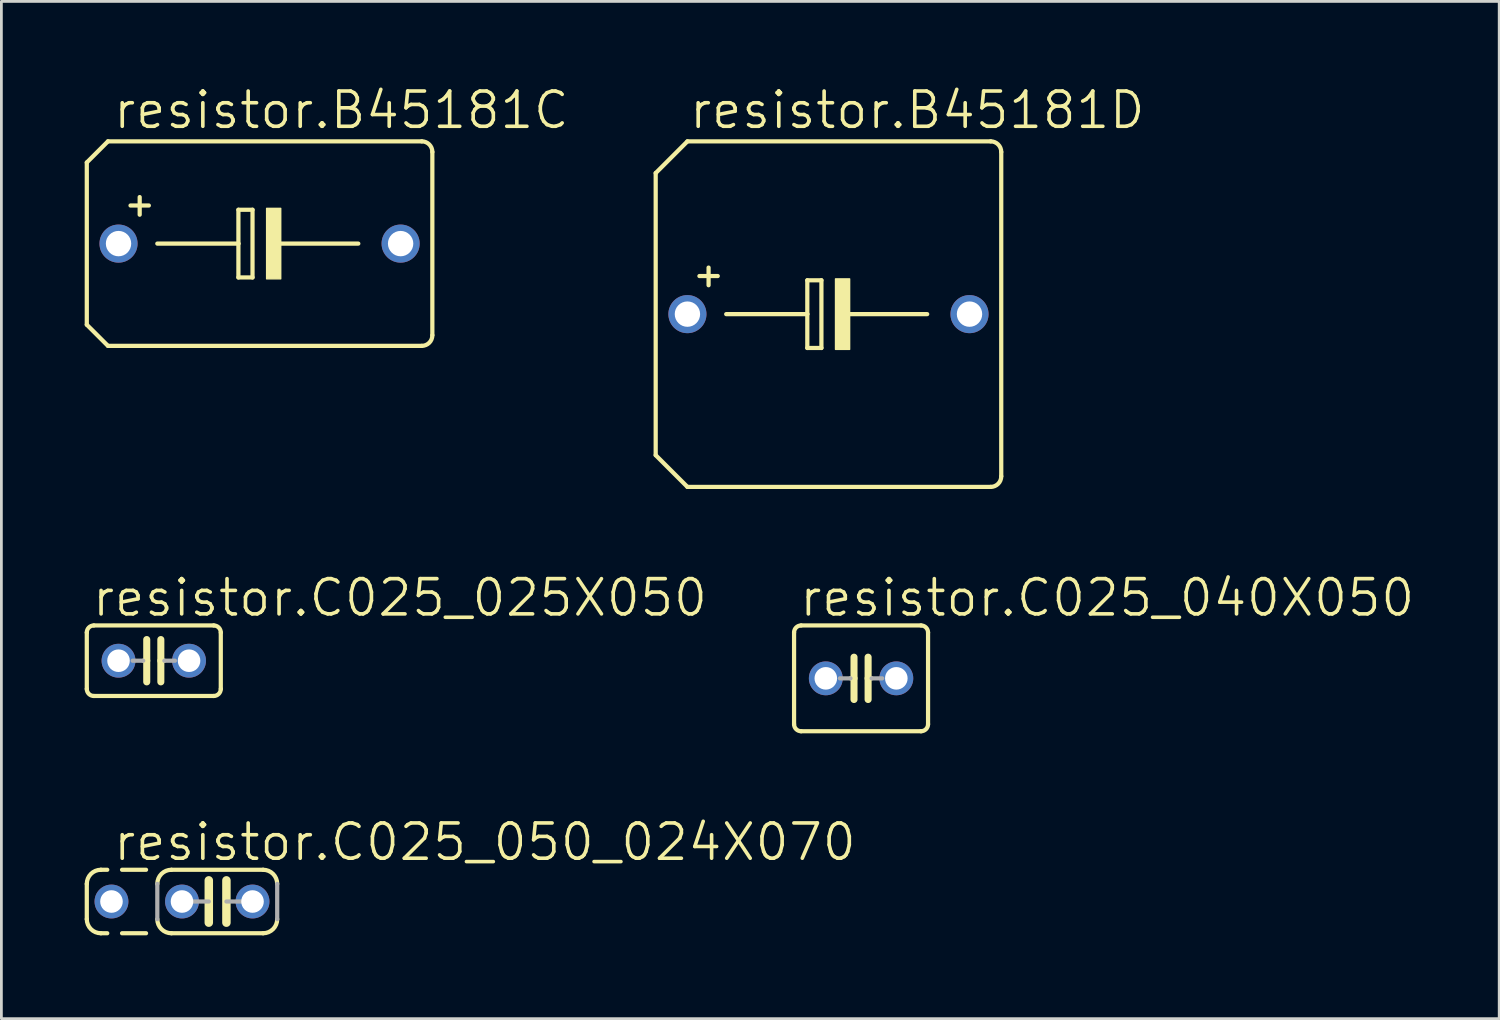
<source format=kicad_pcb>
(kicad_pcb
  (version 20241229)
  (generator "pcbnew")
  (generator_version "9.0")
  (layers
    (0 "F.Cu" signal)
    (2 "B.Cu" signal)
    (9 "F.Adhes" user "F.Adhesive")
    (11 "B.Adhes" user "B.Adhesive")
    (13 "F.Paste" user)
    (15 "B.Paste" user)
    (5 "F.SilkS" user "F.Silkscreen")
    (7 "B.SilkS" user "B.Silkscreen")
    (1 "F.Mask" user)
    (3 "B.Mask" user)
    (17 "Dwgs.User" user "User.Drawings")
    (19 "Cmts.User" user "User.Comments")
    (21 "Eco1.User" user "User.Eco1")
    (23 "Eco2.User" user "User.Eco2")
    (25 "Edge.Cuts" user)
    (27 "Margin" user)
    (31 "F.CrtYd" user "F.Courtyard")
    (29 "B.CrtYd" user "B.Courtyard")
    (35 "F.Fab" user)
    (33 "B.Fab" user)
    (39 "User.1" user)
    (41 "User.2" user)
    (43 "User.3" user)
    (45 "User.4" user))
  (footprint "resistor.B45181D"
    (layer "F.Cu")
    (at 26.789 8.264)
    (property "Reference" "resistor.B45181D" (at -5.08 -6.604 0) (layer "F.SilkS") (effects (font (size 1.27 1.27) (thickness 0.13)) (justify left bottom)))
    (attr through_hole)
    (fp_line (start -6.223 -5.08) (end -6.223 5.08) (stroke (width 0.152) (type default)) (layer "F.SilkS"))
    (fp_line (start -6.223 -5.08) (end -5.08 -6.223) (stroke (width 0.152) (type default)) (layer "F.SilkS"))
    (fp_line (start -5.08 6.223) (end -6.223 5.08) (stroke (width 0.152) (type default)) (layer "F.SilkS"))
    (fp_line (start -5.08 6.223) (end 5.842 6.223) (stroke (width 0.152) (type default)) (layer "F.SilkS"))
    (fp_line (start -4.318 -1.676) (end -4.318 -1.041) (stroke (width 0.152) (type default)) (layer "F.SilkS"))
    (fp_line (start -3.988 -1.372) (end -4.648 -1.372) (stroke (width 0.152) (type default)) (layer "F.SilkS"))
    (fp_line (start -3.683 0) (end -0.762 0) (stroke (width 0.152) (type default)) (layer "F.SilkS"))
    (fp_line (start -0.762 -1.219) (end -0.762 0) (stroke (width 0.152) (type default)) (layer "F.SilkS"))
    (fp_line (start -0.762 0) (end -0.762 1.219) (stroke (width 0.152) (type default)) (layer "F.SilkS"))
    (fp_line (start -0.762 1.219) (end -0.254 1.219) (stroke (width 0.152) (type default)) (layer "F.SilkS"))
    (fp_line (start -0.254 -1.219) (end -0.762 -1.219) (stroke (width 0.152) (type default)) (layer "F.SilkS"))
    (fp_line (start -0.254 1.219) (end -0.254 -1.219) (stroke (width 0.152) (type default)) (layer "F.SilkS"))
    (fp_line (start 0.635 0) (end 3.556 0) (stroke (width 0.152) (type default)) (layer "F.SilkS"))
    (fp_line (start 5.842 -6.223) (end -5.08 -6.223) (stroke (width 0.152) (type default)) (layer "F.SilkS"))
    (fp_line (start 6.223 -5.842) (end 6.223 5.842) (stroke (width 0.152) (type default)) (layer "F.SilkS"))
    (fp_rect (start 0.254 1.27) (end 0.762 -1.27) (stroke (width 0.05) (type default)) (fill yes) (layer "F.SilkS"))
    (fp_arc (start 5.842 -6.223) (mid 6.111408 -6.111408) (end 6.223 -5.842) (stroke (width 0.1524) (type default)) (layer "F.SilkS"))
    (fp_arc (start 6.223 5.842) (mid 6.111408 6.111408) (end 5.842 6.223) (stroke (width 0.1524) (type default)) (layer "F.SilkS"))
    (pad "+" thru_hole circle (at -5.08 0) (size 1.372 1.372) (drill 0.914) (layers "*.Cu" "*.Mask"))
    (pad "-" thru_hole circle (at 5.08 0) (size 1.372 1.372) (drill 0.914) (layers "*.Cu" "*.Mask")))
  (footprint "resistor.C025_025X050"
    (layer "F.Cu")
    (at 2.489 20.747)
    (property "Reference" "resistor.C025_025X050" (at -2.286 -1.524 0) (layer "F.SilkS") (effects (font (size 1.27 1.27) (thickness 0.13)) (justify left bottom)))
    (attr through_hole)
    (fp_line (start -2.413 -1.016) (end -2.413 1.016) (stroke (width 0.152) (type default)) (layer "F.SilkS"))
    (fp_line (start -2.159 -1.27) (end 2.159 -1.27) (stroke (width 0.152) (type default)) (layer "F.SilkS"))
    (fp_line (start -0.254 -0.762) (end -0.254 0) (stroke (width 0.254) (type default)) (layer "F.SilkS"))
    (fp_line (start -0.254 0) (end -0.381 0) (stroke (width 0.152) (type default)) (layer "F.SilkS"))
    (fp_line (start -0.254 0) (end -0.254 0.762) (stroke (width 0.254) (type default)) (layer "F.SilkS"))
    (fp_line (start 0.254 0) (end 0.254 -0.762) (stroke (width 0.254) (type default)) (layer "F.SilkS"))
    (fp_line (start 0.254 0) (end 0.254 0.762) (stroke (width 0.254) (type default)) (layer "F.SilkS"))
    (fp_line (start 0.381 0) (end 0.254 0) (stroke (width 0.152) (type default)) (layer "F.SilkS"))
    (fp_line (start 2.159 1.27) (end -2.159 1.27) (stroke (width 0.152) (type default)) (layer "F.SilkS"))
    (fp_line (start 2.413 -1.016) (end 2.413 1.016) (stroke (width 0.152) (type default)) (layer "F.SilkS"))
    (fp_arc (start -2.413 -1.016) (mid -2.338605 -1.195605) (end -2.159 -1.27) (stroke (width 0.1524) (type default)) (layer "F.SilkS"))
    (fp_arc (start -2.159 1.27) (mid -2.338605 1.195605) (end -2.413 1.016) (stroke (width 0.1524) (type default)) (layer "F.SilkS"))
    (fp_arc (start 2.159 -1.27) (mid 2.338605 -1.195605) (end 2.413 -1.016) (stroke (width 0.1524) (type default)) (layer "F.SilkS"))
    (fp_arc (start 2.413 1.016) (mid 2.338605 1.195605) (end 2.159 1.27) (stroke (width 0.1524) (type default)) (layer "F.SilkS"))
    (fp_line (start -0.381 0) (end -0.762 0) (stroke (width 0.152) (type default)) (layer "F.Fab"))
    (fp_line (start 0.762 0) (end 0.381 0) (stroke (width 0.152) (type default)) (layer "F.Fab"))
    (pad "1" thru_hole circle (at -1.27 0) (size 1.219 1.219) (drill 0.813) (layers "*.Cu" "*.Mask"))
    (pad "2" thru_hole circle (at 1.27 0) (size 1.219 1.219) (drill 0.813) (layers "*.Cu" "*.Mask")))
  (footprint "resistor.C025_040X050"
    (layer "F.Cu")
    (at 27.963 21.382)
    (property "Reference" "resistor.C025_040X050" (at -2.286 -2.159 0) (layer "F.SilkS") (effects (font (size 1.27 1.27) (thickness 0.13)) (justify left bottom)))
    (attr through_hole)
    (fp_line (start -2.413 -1.651) (end -2.413 1.651) (stroke (width 0.152) (type default)) (layer "F.SilkS"))
    (fp_line (start -2.159 -1.905) (end 2.159 -1.905) (stroke (width 0.152) (type default)) (layer "F.SilkS"))
    (fp_line (start -0.254 -0.762) (end -0.254 0) (stroke (width 0.254) (type default)) (layer "F.SilkS"))
    (fp_line (start -0.254 0) (end -0.381 0) (stroke (width 0.152) (type default)) (layer "F.SilkS"))
    (fp_line (start -0.254 0) (end -0.254 0.762) (stroke (width 0.254) (type default)) (layer "F.SilkS"))
    (fp_line (start 0.254 0) (end 0.254 -0.762) (stroke (width 0.254) (type default)) (layer "F.SilkS"))
    (fp_line (start 0.254 0) (end 0.254 0.762) (stroke (width 0.254) (type default)) (layer "F.SilkS"))
    (fp_line (start 0.381 0) (end 0.254 0) (stroke (width 0.152) (type default)) (layer "F.SilkS"))
    (fp_line (start 2.159 1.905) (end -2.159 1.905) (stroke (width 0.152) (type default)) (layer "F.SilkS"))
    (fp_line (start 2.413 -1.651) (end 2.413 1.651) (stroke (width 0.152) (type default)) (layer "F.SilkS"))
    (fp_arc (start -2.413 -1.651) (mid -2.338605 -1.830605) (end -2.159 -1.905) (stroke (width 0.1524) (type default)) (layer "F.SilkS"))
    (fp_arc (start -2.159 1.905) (mid -2.338605 1.830605) (end -2.413 1.651) (stroke (width 0.1524) (type default)) (layer "F.SilkS"))
    (fp_arc (start 2.159 -1.905) (mid 2.338605 -1.830605) (end 2.413 -1.651) (stroke (width 0.1524) (type default)) (layer "F.SilkS"))
    (fp_arc (start 2.413 1.651) (mid 2.338605 1.830605) (end 2.159 1.905) (stroke (width 0.1524) (type default)) (layer "F.SilkS"))
    (fp_line (start -0.381 0) (end -0.762 0) (stroke (width 0.152) (type default)) (layer "F.Fab"))
    (fp_line (start 0.762 0) (end 0.381 0) (stroke (width 0.152) (type default)) (layer "F.Fab"))
    (pad "1" thru_hole circle (at -1.27 0) (size 1.219 1.219) (drill 0.813) (layers "*.Cu" "*.Mask"))
    (pad "2" thru_hole circle (at 1.27 0) (size 1.219 1.219) (drill 0.813) (layers "*.Cu" "*.Mask")))
  (footprint "resistor.C025_050_024X070"
    (layer "F.Cu")
    (at 4.775 29.42)
    (property "Reference" "resistor.C025_050_024X070" (at -3.81 -1.397 0) (layer "F.SilkS") (effects (font (size 1.27 1.27) (thickness 0.13)) (justify left bottom)))
    (attr through_hole)
    (fp_line (start -4.699 0.635) (end -4.699 -0.635) (stroke (width 0.152) (type default)) (layer "F.SilkS"))
    (fp_line (start -4.191 -1.143) (end -3.962 -1.143) (stroke (width 0.152) (type default)) (layer "F.SilkS"))
    (fp_line (start -4.191 1.143) (end -3.962 1.143) (stroke (width 0.152) (type default)) (layer "F.SilkS"))
    (fp_line (start -3.429 -1.143) (end -2.565 -1.143) (stroke (width 0.152) (type default)) (layer "F.SilkS"))
    (fp_line (start -3.429 1.143) (end -2.565 1.143) (stroke (width 0.152) (type default)) (layer "F.SilkS"))
    (fp_line (start -0.305 -0.762) (end -0.305 0.762) (stroke (width 0.305) (type default)) (layer "F.SilkS"))
    (fp_line (start 0.33 -0.762) (end 0.33 0.762) (stroke (width 0.305) (type default)) (layer "F.SilkS"))
    (fp_line (start 1.651 -1.143) (end -1.651 -1.143) (stroke (width 0.152) (type default)) (layer "F.SilkS"))
    (fp_line (start 1.651 1.143) (end -1.651 1.143) (stroke (width 0.152) (type default)) (layer "F.SilkS"))
    (fp_arc (start -4.699 -0.635) (mid -4.55021 -0.99421) (end -4.191 -1.143) (stroke (width 0.1524) (type default)) (layer "F.SilkS"))
    (fp_arc (start -4.191 1.143) (mid -4.55021 0.99421) (end -4.699 0.635) (stroke (width 0.1524) (type default)) (layer "F.SilkS"))
    (fp_arc (start -2.159 -0.635) (mid -2.01021 -0.99421) (end -1.651 -1.143) (stroke (width 0.1524) (type default)) (layer "F.SilkS"))
    (fp_arc (start -1.651 1.143) (mid -2.01021 0.99421) (end -2.159 0.635) (stroke (width 0.1524) (type default)) (layer "F.SilkS"))
    (fp_arc (start 1.651 -1.143) (mid 2.01021 -0.99421) (end 2.159 -0.635) (stroke (width 0.1524) (type default)) (layer "F.SilkS"))
    (fp_arc (start 2.159 0.635) (mid 2.01021 0.99421) (end 1.651 1.143) (stroke (width 0.1524) (type default)) (layer "F.SilkS"))
    (fp_line (start -2.159 0.635) (end -2.159 -0.635) (stroke (width 0.152) (type default)) (layer "F.Fab"))
    (fp_line (start -1.27 0) (end -0.305 0) (stroke (width 0.152) (type default)) (layer "F.Fab"))
    (fp_line (start 1.27 0) (end 0.33 0) (stroke (width 0.152) (type default)) (layer "F.Fab"))
    (fp_line (start 2.159 0.635) (end 2.159 -0.635) (stroke (width 0.152) (type default)) (layer "F.Fab"))
    (pad "1" thru_hole circle (at -3.81 0) (size 1.219 1.219) (drill 0.813) (layers "*.Cu" "*.Mask"))
    (pad "2" thru_hole circle (at -1.27 0) (size 1.219 1.219) (drill 0.813) (layers "*.Cu" "*.Mask"))
    (pad "3" thru_hole circle (at 1.27 0) (size 1.219 1.219) (drill 0.813) (layers "*.Cu" "*.Mask")))
  (footprint "resistor.B45181C"
    (layer "F.Cu")
    (at 6.299 5.724)
    (property "Reference" "resistor.B45181C" (at -5.334 -4.064 0) (layer "F.SilkS") (effects (font (size 1.27 1.27) (thickness 0.13)) (justify left bottom)))
    (attr through_hole)
    (fp_line (start -6.223 -2.921) (end -6.223 2.921) (stroke (width 0.152) (type default)) (layer "F.SilkS"))
    (fp_line (start -6.223 -2.921) (end -5.461 -3.683) (stroke (width 0.152) (type default)) (layer "F.SilkS"))
    (fp_line (start -5.461 3.683) (end -6.223 2.921) (stroke (width 0.152) (type default)) (layer "F.SilkS"))
    (fp_line (start -5.461 3.683) (end 5.842 3.683) (stroke (width 0.152) (type default)) (layer "F.SilkS"))
    (fp_line (start -4.318 -1.676) (end -4.318 -1.041) (stroke (width 0.152) (type default)) (layer "F.SilkS"))
    (fp_line (start -3.988 -1.372) (end -4.648 -1.372) (stroke (width 0.152) (type default)) (layer "F.SilkS"))
    (fp_line (start -3.683 0) (end -0.762 0) (stroke (width 0.152) (type default)) (layer "F.SilkS"))
    (fp_line (start -0.762 -1.219) (end -0.762 0) (stroke (width 0.152) (type default)) (layer "F.SilkS"))
    (fp_line (start -0.762 0) (end -0.762 1.219) (stroke (width 0.152) (type default)) (layer "F.SilkS"))
    (fp_line (start -0.762 1.219) (end -0.254 1.219) (stroke (width 0.152) (type default)) (layer "F.SilkS"))
    (fp_line (start -0.254 -1.219) (end -0.762 -1.219) (stroke (width 0.152) (type default)) (layer "F.SilkS"))
    (fp_line (start -0.254 1.219) (end -0.254 -1.219) (stroke (width 0.152) (type default)) (layer "F.SilkS"))
    (fp_line (start 0.635 0) (end 3.556 0) (stroke (width 0.152) (type default)) (layer "F.SilkS"))
    (fp_line (start 5.842 -3.683) (end -5.461 -3.683) (stroke (width 0.152) (type default)) (layer "F.SilkS"))
    (fp_line (start 6.223 -3.302) (end 6.223 3.302) (stroke (width 0.152) (type default)) (layer "F.SilkS"))
    (fp_rect (start 0.254 1.27) (end 0.762 -1.27) (stroke (width 0.05) (type default)) (fill yes) (layer "F.SilkS"))
    (fp_arc (start 5.842 -3.683) (mid 6.111408 -3.571408) (end 6.223 -3.302) (stroke (width 0.1524) (type default)) (layer "F.SilkS"))
    (fp_arc (start 6.223 3.302) (mid 6.111408 3.571408) (end 5.842 3.683) (stroke (width 0.1524) (type default)) (layer "F.SilkS"))
    (pad "+" thru_hole circle (at -5.08 0) (size 1.372 1.372) (drill 0.914) (layers "*.Cu" "*.Mask"))
    (pad "-" thru_hole circle (at 5.08 0) (size 1.372 1.372) (drill 0.914) (layers "*.Cu" "*.Mask")))
  (gr_rect
    (start -3 -3)
    (end 50.947 33.64)
    (stroke (width 0.1) (type default))
    (fill no)
    (layer "Edge.Cuts")))
</source>
